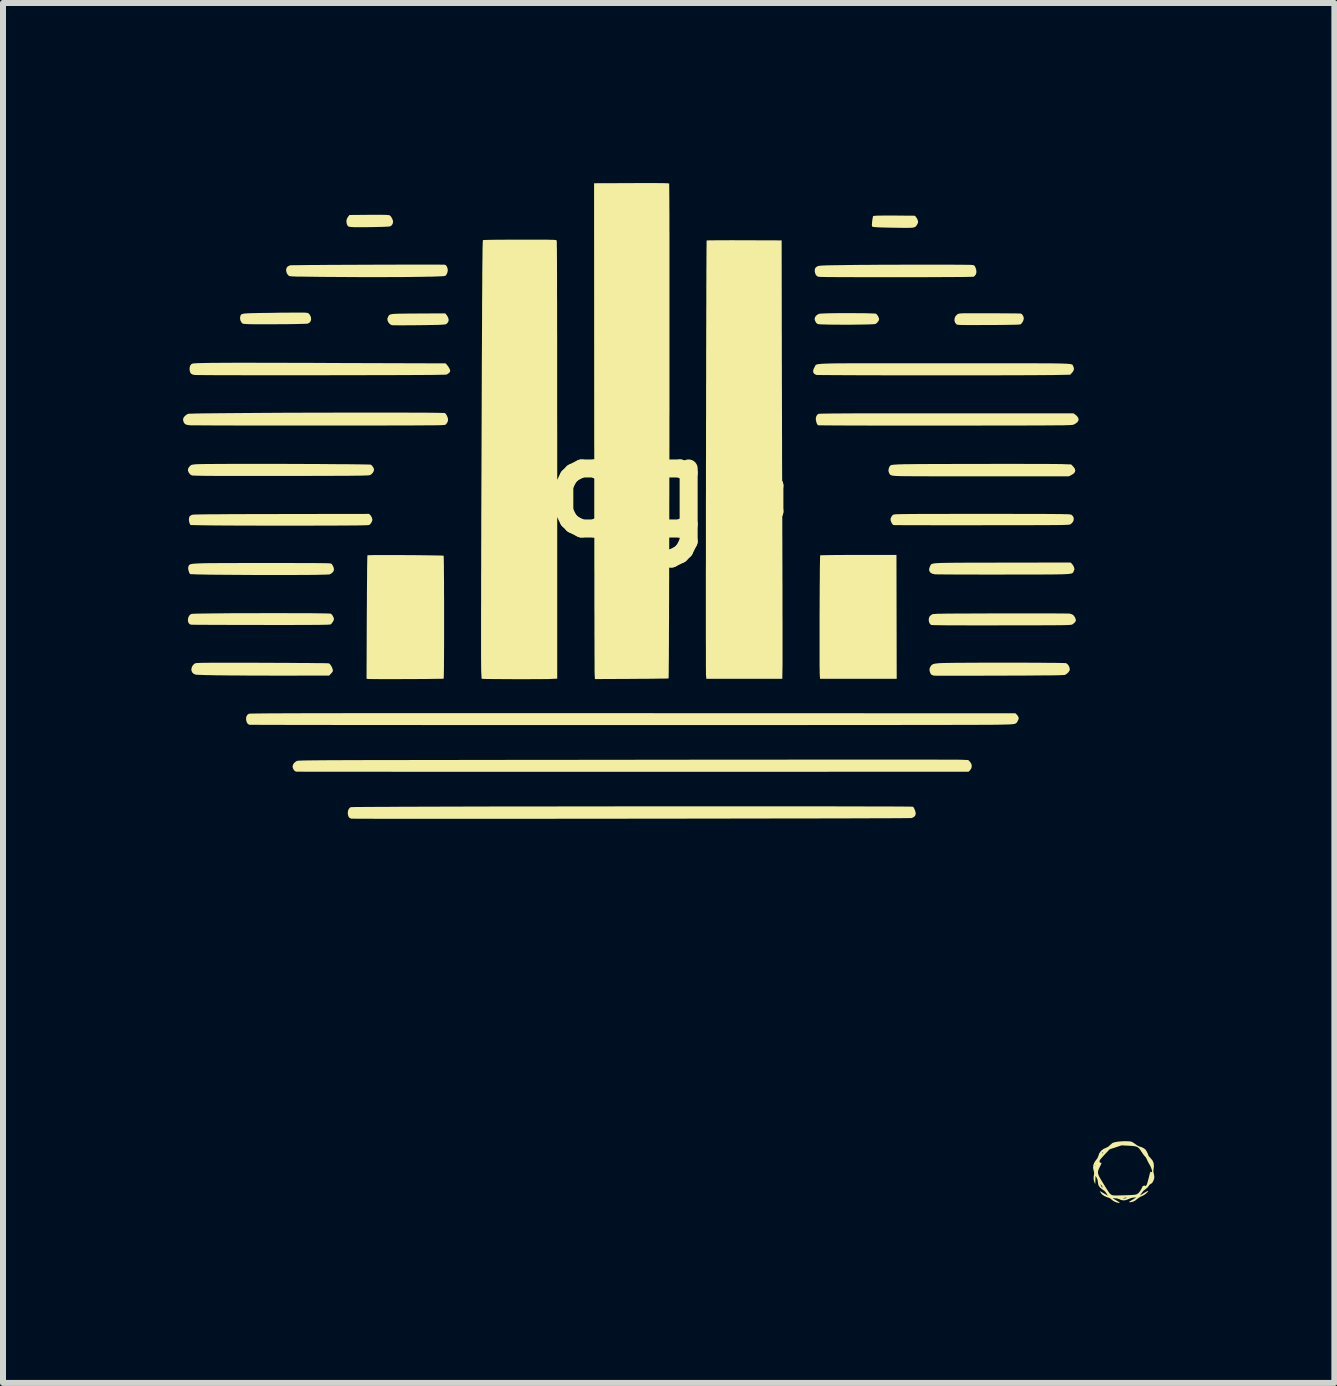
<source format=kicad_pcb>
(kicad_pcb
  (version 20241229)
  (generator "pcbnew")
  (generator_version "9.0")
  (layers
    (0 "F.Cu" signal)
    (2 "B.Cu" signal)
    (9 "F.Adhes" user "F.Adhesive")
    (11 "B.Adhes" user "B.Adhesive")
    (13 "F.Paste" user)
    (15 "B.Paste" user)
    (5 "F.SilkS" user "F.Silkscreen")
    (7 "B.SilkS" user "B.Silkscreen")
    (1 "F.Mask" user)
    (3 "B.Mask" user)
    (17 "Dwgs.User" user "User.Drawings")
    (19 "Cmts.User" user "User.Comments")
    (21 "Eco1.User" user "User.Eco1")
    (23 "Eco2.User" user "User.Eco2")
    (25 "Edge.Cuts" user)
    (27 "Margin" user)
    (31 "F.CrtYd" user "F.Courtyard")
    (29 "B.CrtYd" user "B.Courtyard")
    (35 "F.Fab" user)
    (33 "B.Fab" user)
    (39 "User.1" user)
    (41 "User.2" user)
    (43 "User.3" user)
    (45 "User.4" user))
  (footprint "Logo"
    (layer "F.Cu")
    (at 7.495 5.077)
    (property "Reference" "Logo" (at 0 0 0) (layer "F.SilkS") (effects (font (size 1.5 1.5) (thickness 0.3))))
    (attr board_only exclude_from_pos_files exclude_from_bom)
    (fp_poly (pts (xy -4.182 -4.548) (xy -4.137 -4.547) (xy -4.103 -4.546) (xy -4.078 -4.544) (xy -4.062 -4.542) (xy -4.053 -4.539) (xy -4.053 -4.539) (xy -4.035 -4.524) (xy -4.018 -4.498) (xy -4.004 -4.468) (xy -3.996 -4.44) (xy -3.996 -4.433) (xy -4.002 -4.399) (xy -4.02 -4.372) (xy -4.046 -4.355) (xy -4.047 -4.355) (xy -4.061 -4.353) (xy -4.09 -4.351) (xy -4.13 -4.349) (xy -4.18 -4.347) (xy -4.237 -4.346) (xy -4.299 -4.344) (xy -4.363 -4.343) (xy -4.428 -4.342) (xy -4.491 -4.342) (xy -4.55 -4.342) (xy -4.602 -4.342) (xy -4.646 -4.342) (xy -4.679 -4.344) (xy -4.694 -4.345) (xy -4.725 -4.349) (xy -4.744 -4.356) (xy -4.756 -4.37) (xy -4.766 -4.394) (xy -4.769 -4.404) (xy -4.774 -4.444) (xy -4.765 -4.484) (xy -4.742 -4.522) (xy -4.741 -4.523) (xy -4.722 -4.545) (xy -4.397 -4.548) (xy -4.311 -4.548) (xy -4.24 -4.548)) (stroke (width 0) (type solid)) (fill yes) (layer "F.SilkS"))
    (fp_poly (pts (xy 4.393 2.151) (xy 4.395 3.182) (xy 3.757 3.182) (xy 3.118 3.182) (xy 3.113 3.115) (xy 3.112 3.096) (xy 3.112 3.064) (xy 3.111 3.018) (xy 3.11 2.96) (xy 3.11 2.891) (xy 3.11 2.813) (xy 3.11 2.727) (xy 3.11 2.634) (xy 3.11 2.534) (xy 3.11 2.431) (xy 3.11 2.324) (xy 3.11 2.214) (xy 3.11 2.104) (xy 3.111 1.994) (xy 3.111 1.885) (xy 3.112 1.779) (xy 3.112 1.676) (xy 3.113 1.579) (xy 3.114 1.488) (xy 3.114 1.404) (xy 3.115 1.329) (xy 3.116 1.264) (xy 3.117 1.21) (xy 3.118 1.169) (xy 3.119 1.14) (xy 3.119 1.127) (xy 3.12 1.126) (xy 3.129 1.125) (xy 3.153 1.124) (xy 3.191 1.123) (xy 3.241 1.122) (xy 3.303 1.121) (xy 3.374 1.12) (xy 3.454 1.12) (xy 3.542 1.119) (xy 3.636 1.119) (xy 3.735 1.119) (xy 3.759 1.119) (xy 4.391 1.119)) (stroke (width 0) (type solid)) (fill yes) (layer "F.SilkS"))
    (fp_poly (pts (xy 4.361 -4.536) (xy 4.43 -4.535) (xy 4.697 -4.533) (xy 4.715 -4.513) (xy 4.73 -4.492) (xy 4.743 -4.465) (xy 4.745 -4.459) (xy 4.751 -4.438) (xy 4.751 -4.421) (xy 4.744 -4.403) (xy 4.737 -4.389) (xy 4.727 -4.372) (xy 4.717 -4.358) (xy 4.705 -4.348) (xy 4.688 -4.34) (xy 4.665 -4.335) (xy 4.634 -4.332) (xy 4.593 -4.331) (xy 4.539 -4.331) (xy 4.479 -4.331) (xy 4.413 -4.332) (xy 4.342 -4.333) (xy 4.271 -4.334) (xy 4.205 -4.336) (xy 4.149 -4.337) (xy 4.141 -4.337) (xy 4.079 -4.34) (xy 4.032 -4.343) (xy 4.002 -4.347) (xy 3.988 -4.351) (xy 3.987 -4.352) (xy 3.983 -4.361) (xy 3.981 -4.378) (xy 3.983 -4.406) (xy 3.986 -4.44) (xy 3.991 -4.475) (xy 3.996 -4.503) (xy 4 -4.521) (xy 4.002 -4.526) (xy 4.009 -4.529) (xy 4.025 -4.531) (xy 4.051 -4.533) (xy 4.088 -4.535) (xy 4.136 -4.535) (xy 4.197 -4.536) (xy 4.271 -4.536)) (stroke (width 0) (type solid)) (fill yes) (layer "F.SilkS"))
    (fp_poly (pts (xy -3.106 -2.881) (xy -3.089 -2.856) (xy -3.076 -2.827) (xy -3.075 -2.823) (xy -3.07 -2.799) (xy -3.072 -2.779) (xy -3.079 -2.763) (xy -3.094 -2.741) (xy -3.113 -2.726) (xy -3.115 -2.725) (xy -3.13 -2.722) (xy -3.16 -2.719) (xy -3.2 -2.716) (xy -3.248 -2.714) (xy -3.296 -2.713) (xy -3.382 -2.712) (xy -3.468 -2.71) (xy -3.554 -2.709) (xy -3.637 -2.708) (xy -3.716 -2.708) (xy -3.789 -2.707) (xy -3.855 -2.707) (xy -3.912 -2.707) (xy -3.958 -2.708) (xy -3.993 -2.708) (xy -4.013 -2.709) (xy -4.018 -2.71) (xy -4.047 -2.725) (xy -4.071 -2.751) (xy -4.086 -2.782) (xy -4.091 -2.806) (xy -4.089 -2.825) (xy -4.08 -2.846) (xy -4.075 -2.857) (xy -4.069 -2.867) (xy -4.062 -2.875) (xy -4.053 -2.882) (xy -4.04 -2.888) (xy -4.022 -2.892) (xy -3.997 -2.896) (xy -3.965 -2.898) (xy -3.924 -2.9) (xy -3.873 -2.901) (xy -3.81 -2.902) (xy -3.734 -2.903) (xy -3.644 -2.903) (xy -3.572 -2.904) (xy -3.127 -2.906)) (stroke (width 0) (type solid)) (fill yes) (layer "F.SilkS"))
    (fp_poly (pts (xy 3.676 -2.91) (xy 3.75 -2.909) (xy 3.82 -2.909) (xy 3.884 -2.908) (xy 3.941 -2.906) (xy 3.987 -2.905) (xy 4.023 -2.903) (xy 4.045 -2.901) (xy 4.051 -2.899) (xy 4.067 -2.884) (xy 4.083 -2.86) (xy 4.096 -2.833) (xy 4.102 -2.811) (xy 4.102 -2.81) (xy 4.095 -2.786) (xy 4.078 -2.76) (xy 4.056 -2.739) (xy 4.041 -2.73) (xy 4.027 -2.727) (xy 3.998 -2.725) (xy 3.957 -2.723) (xy 3.905 -2.721) (xy 3.844 -2.72) (xy 3.777 -2.719) (xy 3.704 -2.718) (xy 3.627 -2.717) (xy 3.549 -2.717) (xy 3.472 -2.717) (xy 3.396 -2.718) (xy 3.324 -2.718) (xy 3.258 -2.719) (xy 3.199 -2.721) (xy 3.15 -2.722) (xy 3.111 -2.724) (xy 3.086 -2.727) (xy 3.076 -2.729) (xy 3.056 -2.746) (xy 3.039 -2.773) (xy 3.029 -2.802) (xy 3.028 -2.817) (xy 3.035 -2.844) (xy 3.054 -2.869) (xy 3.082 -2.89) (xy 3.103 -2.899) (xy 3.119 -2.901) (xy 3.15 -2.903) (xy 3.192 -2.905) (xy 3.245 -2.907) (xy 3.306 -2.908) (xy 3.374 -2.909) (xy 3.446 -2.91) (xy 3.522 -2.91) (xy 3.599 -2.91)) (stroke (width 0) (type solid)) (fill yes) (layer "F.SilkS"))
    (fp_poly (pts (xy 5.778 -2.908) (xy 5.871 -2.908) (xy 5.945 -2.908) (xy 6.034 -2.908) (xy 6.119 -2.907) (xy 6.198 -2.907) (xy 6.27 -2.906) (xy 6.332 -2.905) (xy 6.385 -2.905) (xy 6.425 -2.904) (xy 6.453 -2.903) (xy 6.465 -2.902) (xy 6.466 -2.902) (xy 6.484 -2.89) (xy 6.499 -2.868) (xy 6.51 -2.841) (xy 6.512 -2.821) (xy 6.507 -2.793) (xy 6.493 -2.763) (xy 6.474 -2.737) (xy 6.459 -2.724) (xy 6.451 -2.722) (xy 6.435 -2.72) (xy 6.409 -2.718) (xy 6.373 -2.717) (xy 6.327 -2.716) (xy 6.268 -2.715) (xy 6.196 -2.714) (xy 6.111 -2.713) (xy 6.01 -2.712) (xy 5.925 -2.712) (xy 5.82 -2.712) (xy 5.73 -2.711) (xy 5.654 -2.711) (xy 5.591 -2.711) (xy 5.539 -2.712) (xy 5.497 -2.712) (xy 5.465 -2.713) (xy 5.44 -2.714) (xy 5.421 -2.715) (xy 5.408 -2.717) (xy 5.4 -2.719) (xy 5.394 -2.722) (xy 5.39 -2.724) (xy 5.367 -2.752) (xy 5.357 -2.785) (xy 5.359 -2.821) (xy 5.372 -2.855) (xy 5.397 -2.883) (xy 5.414 -2.895) (xy 5.42 -2.898) (xy 5.428 -2.9) (xy 5.439 -2.903) (xy 5.454 -2.904) (xy 5.474 -2.906) (xy 5.501 -2.907) (xy 5.535 -2.908) (xy 5.579 -2.908) (xy 5.633 -2.908) (xy 5.699 -2.908)) (stroke (width 0) (type solid)) (fill yes) (layer "F.SilkS"))
    (fp_poly (pts (xy -5.538 -2.919) (xy -5.494 -2.919) (xy -5.463 -2.918) (xy -5.447 -2.917) (xy -5.446 -2.917) (xy -5.42 -2.913) (xy -5.403 -2.905) (xy -5.389 -2.89) (xy -5.382 -2.88) (xy -5.365 -2.844) (xy -5.361 -2.808) (xy -5.369 -2.776) (xy -5.388 -2.751) (xy -5.418 -2.736) (xy -5.419 -2.735) (xy -5.433 -2.734) (xy -5.462 -2.732) (xy -5.503 -2.731) (xy -5.555 -2.73) (xy -5.616 -2.728) (xy -5.684 -2.727) (xy -5.758 -2.726) (xy -5.836 -2.725) (xy -5.916 -2.725) (xy -5.995 -2.724) (xy -6.073 -2.724) (xy -6.148 -2.724) (xy -6.217 -2.724) (xy -6.28 -2.724) (xy -6.333 -2.725) (xy -6.376 -2.726) (xy -6.391 -2.726) (xy -6.436 -2.728) (xy -6.468 -2.73) (xy -6.489 -2.732) (xy -6.502 -2.736) (xy -6.511 -2.742) (xy -6.518 -2.749) (xy -6.519 -2.751) (xy -6.54 -2.788) (xy -6.546 -2.829) (xy -6.542 -2.853) (xy -6.539 -2.864) (xy -6.536 -2.873) (xy -6.532 -2.881) (xy -6.525 -2.888) (xy -6.515 -2.893) (xy -6.499 -2.898) (xy -6.478 -2.902) (xy -6.449 -2.905) (xy -6.412 -2.907) (xy -6.366 -2.909) (xy -6.308 -2.91) (xy -6.239 -2.912) (xy -6.157 -2.913) (xy -6.06 -2.914) (xy -5.991 -2.915) (xy -5.901 -2.917) (xy -5.814 -2.918) (xy -5.733 -2.918) (xy -5.659 -2.919) (xy -5.594 -2.919)) (stroke (width 0) (type solid)) (fill yes) (layer "F.SilkS"))
    (fp_poly (pts (xy -6.688 2.915) (xy -6.569 2.915) (xy -6.435 2.915) (xy -6.286 2.915) (xy -6.169 2.916) (xy -6.037 2.916) (xy -5.909 2.917) (xy -5.787 2.917) (xy -5.671 2.918) (xy -5.562 2.919) (xy -5.462 2.919) (xy -5.37 2.92) (xy -5.289 2.921) (xy -5.219 2.921) (xy -5.161 2.922) (xy -5.116 2.923) (xy -5.084 2.924) (xy -5.068 2.925) (xy -5.066 2.925) (xy -5.049 2.937) (xy -5.031 2.96) (xy -5.015 2.989) (xy -5.004 3.018) (xy -5.001 3.029) (xy -4.999 3.047) (xy -5.002 3.062) (xy -5.014 3.078) (xy -5.028 3.094) (xy -5.061 3.129) (xy -5.784 3.13) (xy -5.902 3.13) (xy -6.023 3.13) (xy -6.146 3.129) (xy -6.268 3.129) (xy -6.387 3.129) (xy -6.501 3.128) (xy -6.607 3.127) (xy -6.704 3.127) (xy -6.79 3.126) (xy -6.862 3.125) (xy -6.881 3.125) (xy -6.959 3.124) (xy -7.032 3.122) (xy -7.1 3.121) (xy -7.16 3.119) (xy -7.21 3.117) (xy -7.25 3.116) (xy -7.276 3.114) (xy -7.286 3.113) (xy -7.319 3.099) (xy -7.344 3.074) (xy -7.356 3.042) (xy -7.357 3.029) (xy -7.35 2.991) (xy -7.332 2.957) (xy -7.306 2.932) (xy -7.288 2.923) (xy -7.28 2.922) (xy -7.268 2.92) (xy -7.249 2.919) (xy -7.224 2.918) (xy -7.191 2.917) (xy -7.15 2.916) (xy -7.1 2.916) (xy -7.04 2.915) (xy -6.97 2.915) (xy -6.888 2.915) (xy -6.795 2.915)) (stroke (width 0) (type solid)) (fill yes) (layer "F.SilkS"))
    (fp_poly (pts (xy -4.376 0.454) (xy -4.361 0.474) (xy -4.348 0.5) (xy -4.347 0.505) (xy -4.341 0.528) (xy -4.343 0.547) (xy -4.352 0.569) (xy -4.354 0.573) (xy -4.369 0.597) (xy -4.387 0.615) (xy -4.393 0.619) (xy -4.399 0.62) (xy -4.41 0.622) (xy -4.427 0.623) (xy -4.451 0.624) (xy -4.483 0.625) (xy -4.523 0.626) (xy -4.572 0.627) (xy -4.631 0.628) (xy -4.7 0.628) (xy -4.78 0.629) (xy -4.873 0.629) (xy -4.978 0.63) (xy -5.096 0.63) (xy -5.229 0.63) (xy -5.376 0.631) (xy -5.526 0.631) (xy -5.667 0.631) (xy -5.808 0.631) (xy -5.949 0.631) (xy -6.087 0.631) (xy -6.222 0.631) (xy -6.351 0.63) (xy -6.475 0.63) (xy -6.59 0.63) (xy -6.696 0.629) (xy -6.791 0.629) (xy -6.875 0.628) (xy -6.945 0.628) (xy -7 0.627) (xy -7.003 0.627) (xy -7.079 0.626) (xy -7.149 0.625) (xy -7.213 0.624) (xy -7.268 0.623) (xy -7.313 0.622) (xy -7.346 0.621) (xy -7.366 0.621) (xy -7.371 0.62) (xy -7.382 0.603) (xy -7.391 0.575) (xy -7.397 0.545) (xy -7.398 0.531) (xy -7.394 0.495) (xy -7.381 0.47) (xy -7.356 0.455) (xy -7.335 0.448) (xy -7.324 0.447) (xy -7.301 0.446) (xy -7.267 0.445) (xy -7.221 0.444) (xy -7.163 0.443) (xy -7.091 0.442) (xy -7.007 0.441) (xy -6.909 0.441) (xy -6.798 0.44) (xy -6.672 0.439) (xy -6.531 0.439) (xy -6.376 0.438) (xy -6.206 0.438) (xy -6.02 0.438) (xy -5.846 0.437) (xy -4.396 0.435)) (stroke (width 0) (type solid)) (fill yes) (layer "F.SilkS"))
    (fp_poly (pts (xy 7.317 1.27) (xy 7.335 1.295) (xy 7.349 1.324) (xy 7.35 1.328) (xy 7.356 1.352) (xy 7.353 1.37) (xy 7.344 1.389) (xy 7.341 1.397) (xy 7.338 1.404) (xy 7.334 1.41) (xy 7.33 1.416) (xy 7.324 1.421) (xy 7.315 1.425) (xy 7.303 1.429) (xy 7.287 1.432) (xy 7.265 1.435) (xy 7.238 1.437) (xy 7.204 1.439) (xy 7.163 1.441) (xy 7.113 1.442) (xy 7.055 1.443) (xy 6.986 1.444) (xy 6.907 1.444) (xy 6.817 1.445) (xy 6.714 1.445) (xy 6.598 1.445) (xy 6.468 1.445) (xy 6.323 1.445) (xy 6.173 1.446) (xy 6.04 1.446) (xy 5.91 1.446) (xy 5.786 1.446) (xy 5.668 1.445) (xy 5.556 1.445) (xy 5.452 1.445) (xy 5.358 1.445) (xy 5.273 1.444) (xy 5.199 1.444) (xy 5.137 1.443) (xy 5.088 1.443) (xy 5.053 1.442) (xy 5.032 1.442) (xy 5.028 1.441) (xy 4.986 1.431) (xy 4.955 1.412) (xy 4.938 1.385) (xy 4.935 1.352) (xy 4.947 1.315) (xy 4.949 1.31) (xy 4.954 1.302) (xy 4.957 1.294) (xy 4.96 1.287) (xy 4.964 1.281) (xy 4.969 1.276) (xy 4.977 1.271) (xy 4.988 1.267) (xy 5.003 1.263) (xy 5.022 1.26) (xy 5.047 1.257) (xy 5.078 1.255) (xy 5.116 1.253) (xy 5.162 1.252) (xy 5.216 1.251) (xy 5.281 1.25) (xy 5.355 1.249) (xy 5.44 1.249) (xy 5.538 1.248) (xy 5.647 1.248) (xy 5.771 1.248) (xy 5.908 1.248) (xy 6.061 1.247) (xy 6.155 1.247) (xy 7.293 1.245)) (stroke (width 0) (type solid)) (fill yes) (layer "F.SilkS"))
    (fp_poly (pts (xy 6.383 -0.398) (xy 6.508 -0.398) (xy 6.625 -0.397) (xy 6.733 -0.397) (xy 6.832 -0.397) (xy 6.919 -0.397) (xy 6.996 -0.396) (xy 7.059 -0.396) (xy 7.109 -0.395) (xy 7.144 -0.395) (xy 7.161 -0.394) (xy 7.302 -0.389) (xy 7.333 -0.357) (xy 7.36 -0.323) (xy 7.37 -0.292) (xy 7.365 -0.264) (xy 7.344 -0.237) (xy 7.307 -0.213) (xy 7.304 -0.212) (xy 7.264 -0.191) (xy 5.913 -0.191) (xy 5.763 -0.191) (xy 5.617 -0.191) (xy 5.475 -0.191) (xy 5.338 -0.191) (xy 5.207 -0.191) (xy 5.082 -0.191) (xy 4.966 -0.191) (xy 4.858 -0.192) (xy 4.761 -0.192) (xy 4.673 -0.192) (xy 4.598 -0.193) (xy 4.535 -0.193) (xy 4.486 -0.194) (xy 4.451 -0.194) (xy 4.435 -0.195) (xy 4.383 -0.197) (xy 4.345 -0.2) (xy 4.318 -0.204) (xy 4.299 -0.21) (xy 4.286 -0.219) (xy 4.276 -0.231) (xy 4.268 -0.245) (xy 4.257 -0.283) (xy 4.262 -0.322) (xy 4.272 -0.346) (xy 4.276 -0.352) (xy 4.279 -0.358) (xy 4.282 -0.363) (xy 4.285 -0.367) (xy 4.291 -0.372) (xy 4.298 -0.375) (xy 4.309 -0.379) (xy 4.323 -0.382) (xy 4.342 -0.384) (xy 4.366 -0.386) (xy 4.396 -0.388) (xy 4.433 -0.39) (xy 4.477 -0.391) (xy 4.529 -0.393) (xy 4.59 -0.393) (xy 4.661 -0.394) (xy 4.742 -0.395) (xy 4.834 -0.395) (xy 4.938 -0.396) (xy 5.055 -0.396) (xy 5.185 -0.396) (xy 5.328 -0.397) (xy 5.487 -0.397) (xy 5.661 -0.397) (xy 5.677 -0.397) (xy 5.826 -0.397) (xy 5.972 -0.398) (xy 6.114 -0.398) (xy 6.251 -0.398)) (stroke (width 0) (type solid)) (fill yes) (layer "F.SilkS"))
    (fp_poly (pts (xy -5.868 2.088) (xy -5.754 2.089) (xy -5.645 2.089) (xy -5.541 2.089) (xy -5.443 2.09) (xy -5.353 2.09) (xy -5.272 2.091) (xy -5.2 2.092) (xy -5.14 2.093) (xy -5.092 2.094) (xy -5.057 2.096) (xy -5.037 2.097) (xy -5.032 2.098) (xy -5.015 2.113) (xy -4.999 2.137) (xy -4.986 2.164) (xy -4.981 2.186) (xy -4.981 2.187) (xy -4.986 2.208) (xy -5 2.234) (xy -5.018 2.259) (xy -5.035 2.275) (xy -5.038 2.276) (xy -5.044 2.278) (xy -5.056 2.279) (xy -5.076 2.28) (xy -5.103 2.282) (xy -5.138 2.282) (xy -5.183 2.283) (xy -5.237 2.284) (xy -5.302 2.284) (xy -5.378 2.285) (xy -5.466 2.285) (xy -5.566 2.285) (xy -5.68 2.286) (xy -5.807 2.286) (xy -5.949 2.286) (xy -6.106 2.286) (xy -6.197 2.285) (xy -6.333 2.285) (xy -6.464 2.285) (xy -6.59 2.285) (xy -6.709 2.285) (xy -6.822 2.284) (xy -6.927 2.284) (xy -7.023 2.284) (xy -7.108 2.283) (xy -7.183 2.283) (xy -7.246 2.283) (xy -7.297 2.282) (xy -7.333 2.282) (xy -7.355 2.281) (xy -7.362 2.281) (xy -7.387 2.271) (xy -7.404 2.25) (xy -7.413 2.222) (xy -7.414 2.191) (xy -7.407 2.16) (xy -7.393 2.131) (xy -7.372 2.11) (xy -7.355 2.102) (xy -7.342 2.1) (xy -7.314 2.099) (xy -7.273 2.097) (xy -7.218 2.096) (xy -7.152 2.095) (xy -7.076 2.094) (xy -6.99 2.093) (xy -6.896 2.092) (xy -6.795 2.091) (xy -6.688 2.09) (xy -6.576 2.09) (xy -6.461 2.089) (xy -6.343 2.089) (xy -6.224 2.089) (xy -6.104 2.088) (xy -5.985 2.088)) (stroke (width 0) (type solid)) (fill yes) (layer "F.SilkS"))
    (fp_poly (pts (xy -3.424 -3.718) (xy -3.345 -3.718) (xy -3.277 -3.718) (xy -3.22 -3.718) (xy -3.176 -3.717) (xy -3.147 -3.717) (xy -3.132 -3.716) (xy -3.13 -3.716) (xy -3.113 -3.705) (xy -3.098 -3.682) (xy -3.088 -3.653) (xy -3.084 -3.626) (xy -3.089 -3.594) (xy -3.101 -3.562) (xy -3.117 -3.539) (xy -3.127 -3.531) (xy -3.141 -3.528) (xy -3.169 -3.525) (xy -3.213 -3.523) (xy -3.27 -3.521) (xy -3.34 -3.518) (xy -3.422 -3.517) (xy -3.515 -3.515) (xy -3.619 -3.514) (xy -3.732 -3.512) (xy -3.853 -3.511) (xy -3.983 -3.511) (xy -4.119 -3.51) (xy -4.262 -3.51) (xy -4.41 -3.51) (xy -4.562 -3.51) (xy -4.718 -3.511) (xy -4.876 -3.512) (xy -5.037 -3.513) (xy -5.198 -3.514) (xy -5.332 -3.516) (xy -5.421 -3.517) (xy -5.496 -3.518) (xy -5.557 -3.518) (xy -5.607 -3.519) (xy -5.645 -3.521) (xy -5.675 -3.522) (xy -5.697 -3.524) (xy -5.712 -3.525) (xy -5.723 -3.528) (xy -5.73 -3.531) (xy -5.735 -3.534) (xy -5.738 -3.536) (xy -5.765 -3.571) (xy -5.777 -3.613) (xy -5.778 -3.63) (xy -5.771 -3.663) (xy -5.75 -3.689) (xy -5.718 -3.704) (xy -5.707 -3.707) (xy -5.695 -3.707) (xy -5.669 -3.708) (xy -5.628 -3.709) (xy -5.574 -3.709) (xy -5.508 -3.71) (xy -5.432 -3.711) (xy -5.346 -3.712) (xy -5.251 -3.712) (xy -5.148 -3.713) (xy -5.039 -3.714) (xy -4.924 -3.714) (xy -4.805 -3.715) (xy -4.683 -3.715) (xy -4.558 -3.716) (xy -4.433 -3.716) (xy -4.307 -3.717) (xy -4.182 -3.717) (xy -4.059 -3.717) (xy -3.939 -3.718) (xy -3.823 -3.718) (xy -3.713 -3.718) (xy -3.609 -3.718) (xy -3.512 -3.718)) (stroke (width 0) (type solid)) (fill yes) (layer "F.SilkS"))
    (fp_poly (pts (xy 6.226 2.914) (xy 6.339 2.914) (xy 6.451 2.914) (xy 6.559 2.914) (xy 6.664 2.915) (xy 6.763 2.915) (xy 6.855 2.916) (xy 6.94 2.917) (xy 7.016 2.917) (xy 7.081 2.918) (xy 7.135 2.919) (xy 7.177 2.92) (xy 7.204 2.921) (xy 7.217 2.922) (xy 7.217 2.922) (xy 7.239 2.937) (xy 7.259 2.962) (xy 7.273 2.992) (xy 7.279 3.022) (xy 7.276 3.043) (xy 7.256 3.074) (xy 7.226 3.102) (xy 7.198 3.117) (xy 7.19 3.119) (xy 7.172 3.12) (xy 7.144 3.121) (xy 7.106 3.123) (xy 7.056 3.124) (xy 6.995 3.125) (xy 6.922 3.126) (xy 6.836 3.126) (xy 6.737 3.127) (xy 6.624 3.128) (xy 6.497 3.129) (xy 6.355 3.129) (xy 6.197 3.13) (xy 6.1 3.13) (xy 5.969 3.13) (xy 5.842 3.131) (xy 5.721 3.131) (xy 5.606 3.131) (xy 5.499 3.131) (xy 5.4 3.131) (xy 5.31 3.131) (xy 5.23 3.131) (xy 5.162 3.131) (xy 5.105 3.131) (xy 5.062 3.131) (xy 5.033 3.13) (xy 5.019 3.13) (xy 5.017 3.13) (xy 5.004 3.126) (xy 4.988 3.122) (xy 4.97 3.112) (xy 4.956 3.091) (xy 4.953 3.084) (xy 4.942 3.045) (xy 4.943 3.011) (xy 4.956 2.981) (xy 4.969 2.962) (xy 4.984 2.948) (xy 5.002 2.938) (xy 5.028 2.931) (xy 5.063 2.926) (xy 5.111 2.922) (xy 5.129 2.921) (xy 5.158 2.92) (xy 5.199 2.919) (xy 5.254 2.918) (xy 5.32 2.917) (xy 5.396 2.916) (xy 5.481 2.916) (xy 5.573 2.915) (xy 5.673 2.915) (xy 5.777 2.914) (xy 5.886 2.914) (xy 5.998 2.914) (xy 6.112 2.914)) (stroke (width 0) (type solid)) (fill yes) (layer "F.SilkS"))
    (fp_poly (pts (xy -5.98 1.253) (xy -5.839 1.253) (xy -5.713 1.253) (xy -5.6 1.254) (xy -5.501 1.254) (xy -5.413 1.254) (xy -5.337 1.254) (xy -5.272 1.255) (xy -5.216 1.255) (xy -5.17 1.256) (xy -5.131 1.256) (xy -5.1 1.257) (xy -5.075 1.258) (xy -5.056 1.259) (xy -5.042 1.261) (xy -5.033 1.262) (xy -5.026 1.264) (xy -5.022 1.266) (xy -5.02 1.268) (xy -4.998 1.3) (xy -4.984 1.336) (xy -4.981 1.361) (xy -4.988 1.39) (xy -5.01 1.417) (xy -5.042 1.438) (xy -5.05 1.442) (xy -5.062 1.444) (xy -5.09 1.445) (xy -5.133 1.447) (xy -5.189 1.448) (xy -5.257 1.45) (xy -5.337 1.451) (xy -5.428 1.452) (xy -5.528 1.452) (xy -5.638 1.453) (xy -5.755 1.453) (xy -5.879 1.453) (xy -6.009 1.453) (xy -6.145 1.453) (xy -6.285 1.453) (xy -6.427 1.452) (xy -6.573 1.451) (xy -6.719 1.45) (xy -6.867 1.449) (xy -6.875 1.449) (xy -6.985 1.448) (xy -7.082 1.447) (xy -7.167 1.445) (xy -7.239 1.444) (xy -7.296 1.442) (xy -7.339 1.44) (xy -7.367 1.439) (xy -7.38 1.437) (xy -7.38 1.436) (xy -7.387 1.424) (xy -7.396 1.403) (xy -7.401 1.389) (xy -7.41 1.35) (xy -7.408 1.316) (xy -7.396 1.29) (xy -7.387 1.282) (xy -7.38 1.278) (xy -7.371 1.274) (xy -7.36 1.271) (xy -7.345 1.268) (xy -7.326 1.266) (xy -7.303 1.264) (xy -7.273 1.262) (xy -7.237 1.26) (xy -7.194 1.259) (xy -7.143 1.257) (xy -7.083 1.256) (xy -7.013 1.255) (xy -6.932 1.255) (xy -6.84 1.254) (xy -6.737 1.254) (xy -6.62 1.254) (xy -6.49 1.253) (xy -6.345 1.253) (xy -6.185 1.253) (xy -6.137 1.253)) (stroke (width 0) (type solid)) (fill yes) (layer "F.SilkS"))
    (fp_poly (pts (xy -6.284 -2.083) (xy -6.133 -2.082) (xy -5.968 -2.082) (xy -5.789 -2.082) (xy -5.596 -2.081) (xy -5.388 -2.081) (xy -5.165 -2.08) (xy -5.034 -2.079) (xy -3.122 -2.073) (xy -3.098 -2.048) (xy -3.078 -2.022) (xy -3.06 -1.992) (xy -3.047 -1.965) (xy -3.044 -1.947) (xy -3.051 -1.928) (xy -3.07 -1.908) (xy -3.096 -1.891) (xy -3.105 -1.887) (xy -3.111 -1.886) (xy -3.124 -1.885) (xy -3.145 -1.884) (xy -3.173 -1.883) (xy -3.21 -1.883) (xy -3.256 -1.882) (xy -3.312 -1.881) (xy -3.377 -1.88) (xy -3.452 -1.88) (xy -3.539 -1.879) (xy -3.637 -1.879) (xy -3.746 -1.878) (xy -3.868 -1.878) (xy -4.003 -1.877) (xy -4.15 -1.877) (xy -4.312 -1.877) (xy -4.488 -1.876) (xy -4.678 -1.876) (xy -4.884 -1.876) (xy -5.105 -1.875) (xy -5.184 -1.875) (xy -5.367 -1.875) (xy -5.545 -1.875) (xy -5.719 -1.875) (xy -5.888 -1.875) (xy -6.05 -1.875) (xy -6.206 -1.875) (xy -6.355 -1.875) (xy -6.495 -1.875) (xy -6.626 -1.876) (xy -6.748 -1.876) (xy -6.86 -1.876) (xy -6.96 -1.876) (xy -7.049 -1.877) (xy -7.125 -1.877) (xy -7.188 -1.878) (xy -7.238 -1.878) (xy -7.272 -1.879) (xy -7.292 -1.879) (xy -7.295 -1.879) (xy -7.334 -1.886) (xy -7.359 -1.899) (xy -7.375 -1.919) (xy -7.384 -1.951) (xy -7.386 -1.962) (xy -7.386 -2.001) (xy -7.377 -2.034) (xy -7.359 -2.058) (xy -7.344 -2.067) (xy -7.337 -2.069) (xy -7.325 -2.071) (xy -7.309 -2.073) (xy -7.288 -2.074) (xy -7.26 -2.076) (xy -7.227 -2.077) (xy -7.186 -2.078) (xy -7.138 -2.079) (xy -7.082 -2.08) (xy -7.018 -2.081) (xy -6.944 -2.081) (xy -6.861 -2.082) (xy -6.768 -2.082) (xy -6.664 -2.083) (xy -6.55 -2.083) (xy -6.423 -2.083)) (stroke (width 0) (type solid)) (fill yes) (layer "F.SilkS"))
    (fp_poly (pts (xy 5.048 -3.717) (xy 5.153 -3.717) (xy 5.25 -3.717) (xy 5.34 -3.717) (xy 5.421 -3.716) (xy 5.491 -3.716) (xy 5.55 -3.715) (xy 5.596 -3.715) (xy 5.629 -3.714) (xy 5.646 -3.713) (xy 5.671 -3.71) (xy 5.686 -3.704) (xy 5.697 -3.691) (xy 5.707 -3.672) (xy 5.721 -3.628) (xy 5.723 -3.588) (xy 5.713 -3.553) (xy 5.691 -3.526) (xy 5.674 -3.516) (xy 5.664 -3.515) (xy 5.639 -3.515) (xy 5.6 -3.514) (xy 5.547 -3.513) (xy 5.483 -3.512) (xy 5.408 -3.512) (xy 5.322 -3.511) (xy 5.228 -3.511) (xy 5.127 -3.51) (xy 5.018 -3.51) (xy 4.904 -3.509) (xy 4.786 -3.509) (xy 4.664 -3.509) (xy 4.539 -3.509) (xy 4.414 -3.509) (xy 4.288 -3.508) (xy 4.163 -3.509) (xy 4.039 -3.509) (xy 3.919 -3.509) (xy 3.803 -3.509) (xy 3.691 -3.509) (xy 3.586 -3.51) (xy 3.489 -3.51) (xy 3.399 -3.51) (xy 3.319 -3.511) (xy 3.249 -3.511) (xy 3.191 -3.512) (xy 3.145 -3.513) (xy 3.113 -3.514) (xy 3.096 -3.515) (xy 3.093 -3.515) (xy 3.064 -3.528) (xy 3.043 -3.555) (xy 3.031 -3.595) (xy 3.03 -3.6) (xy 3.03 -3.637) (xy 3.04 -3.664) (xy 3.063 -3.684) (xy 3.08 -3.692) (xy 3.088 -3.695) (xy 3.098 -3.697) (xy 3.112 -3.699) (xy 3.131 -3.701) (xy 3.156 -3.703) (xy 3.188 -3.704) (xy 3.228 -3.706) (xy 3.279 -3.707) (xy 3.34 -3.708) (xy 3.414 -3.709) (xy 3.501 -3.71) (xy 3.602 -3.712) (xy 3.638 -3.712) (xy 3.719 -3.713) (xy 3.808 -3.714) (xy 3.906 -3.714) (xy 4.01 -3.715) (xy 4.12 -3.716) (xy 4.234 -3.716) (xy 4.351 -3.716) (xy 4.47 -3.717) (xy 4.589 -3.717) (xy 4.708 -3.717) (xy 4.825 -3.717) (xy 4.939 -3.717)) (stroke (width 0) (type solid)) (fill yes) (layer "F.SilkS"))
    (fp_poly (pts (xy 7.371 -1.219) (xy 7.399 -1.195) (xy 7.418 -1.167) (xy 7.426 -1.14) (xy 7.423 -1.122) (xy 7.404 -1.092) (xy 7.371 -1.067) (xy 7.341 -1.052) (xy 7.336 -1.051) (xy 7.331 -1.049) (xy 7.323 -1.048) (xy 7.314 -1.047) (xy 7.301 -1.046) (xy 7.284 -1.045) (xy 7.264 -1.044) (xy 7.238 -1.043) (xy 7.208 -1.042) (xy 7.171 -1.041) (xy 7.127 -1.041) (xy 7.077 -1.04) (xy 7.019 -1.04) (xy 6.952 -1.039) (xy 6.877 -1.039) (xy 6.792 -1.038) (xy 6.697 -1.038) (xy 6.591 -1.038) (xy 6.473 -1.037) (xy 6.344 -1.037) (xy 6.203 -1.037) (xy 6.048 -1.037) (xy 5.88 -1.037) (xy 5.697 -1.036) (xy 5.5 -1.036) (xy 5.287 -1.036) (xy 5.205 -1.036) (xy 5.012 -1.036) (xy 4.825 -1.036) (xy 4.644 -1.036) (xy 4.47 -1.036) (xy 4.303 -1.036) (xy 4.145 -1.036) (xy 3.994 -1.036) (xy 3.853 -1.037) (xy 3.722 -1.037) (xy 3.602 -1.037) (xy 3.492 -1.038) (xy 3.394 -1.038) (xy 3.309 -1.039) (xy 3.236 -1.039) (xy 3.177 -1.04) (xy 3.133 -1.04) (xy 3.103 -1.041) (xy 3.089 -1.041) (xy 3.087 -1.042) (xy 3.072 -1.055) (xy 3.059 -1.083) (xy 3.049 -1.127) (xy 3.048 -1.132) (xy 3.048 -1.166) (xy 3.058 -1.198) (xy 3.077 -1.222) (xy 3.09 -1.231) (xy 3.096 -1.232) (xy 3.108 -1.233) (xy 3.126 -1.234) (xy 3.152 -1.235) (xy 3.186 -1.236) (xy 3.228 -1.236) (xy 3.278 -1.237) (xy 3.338 -1.238) (xy 3.408 -1.238) (xy 3.488 -1.239) (xy 3.578 -1.239) (xy 3.68 -1.24) (xy 3.794 -1.24) (xy 3.92 -1.24) (xy 4.059 -1.24) (xy 4.21 -1.241) (xy 4.376 -1.241) (xy 4.556 -1.241) (xy 4.75 -1.241) (xy 4.96 -1.241) (xy 5.185 -1.241) (xy 5.225 -1.241) (xy 7.338 -1.241)) (stroke (width 0) (type solid)) (fill yes) (layer "F.SilkS"))
    (fp_poly (pts (xy 6.74 2.093) (xy 6.845 2.093) (xy 6.94 2.093) (xy 7.025 2.093) (xy 7.1 2.094) (xy 7.163 2.094) (xy 7.213 2.095) (xy 7.249 2.095) (xy 7.27 2.096) (xy 7.275 2.096) (xy 7.317 2.108) (xy 7.348 2.132) (xy 7.37 2.169) (xy 7.375 2.182) (xy 7.38 2.205) (xy 7.378 2.22) (xy 7.368 2.236) (xy 7.349 2.256) (xy 7.326 2.273) (xy 7.324 2.275) (xy 7.32 2.277) (xy 7.315 2.279) (xy 7.309 2.281) (xy 7.3 2.282) (xy 7.289 2.284) (xy 7.273 2.285) (xy 7.253 2.286) (xy 7.228 2.287) (xy 7.196 2.288) (xy 7.156 2.289) (xy 7.109 2.29) (xy 7.054 2.29) (xy 6.988 2.291) (xy 6.913 2.291) (xy 6.826 2.291) (xy 6.727 2.292) (xy 6.616 2.292) (xy 6.49 2.292) (xy 6.351 2.292) (xy 6.196 2.292) (xy 6.145 2.292) (xy 5.969 2.293) (xy 5.807 2.293) (xy 5.658 2.293) (xy 5.523 2.292) (xy 5.402 2.292) (xy 5.296 2.292) (xy 5.204 2.291) (xy 5.127 2.29) (xy 5.065 2.289) (xy 5.018 2.288) (xy 4.987 2.287) (xy 4.972 2.286) (xy 4.971 2.286) (xy 4.951 2.27) (xy 4.936 2.244) (xy 4.929 2.212) (xy 4.93 2.179) (xy 4.94 2.149) (xy 4.942 2.146) (xy 4.96 2.127) (xy 4.982 2.111) (xy 4.983 2.11) (xy 4.987 2.108) (xy 4.993 2.106) (xy 5.001 2.105) (xy 5.013 2.103) (xy 5.028 2.102) (xy 5.049 2.101) (xy 5.075 2.099) (xy 5.107 2.099) (xy 5.147 2.098) (xy 5.194 2.097) (xy 5.251 2.096) (xy 5.317 2.096) (xy 5.394 2.095) (xy 5.483 2.095) (xy 5.583 2.095) (xy 5.697 2.094) (xy 5.824 2.094) (xy 5.966 2.093) (xy 6.12 2.093) (xy 6.254 2.093) (xy 6.384 2.093) (xy 6.509 2.093) (xy 6.628 2.093)) (stroke (width 0) (type solid)) (fill yes) (layer "F.SilkS"))
    (fp_poly (pts (xy -4.022 1.121) (xy -3.937 1.121) (xy -3.85 1.121) (xy -3.762 1.122) (xy -3.674 1.122) (xy -3.588 1.123) (xy -3.506 1.124) (xy -3.429 1.125) (xy -3.358 1.126) (xy -3.295 1.127) (xy -3.242 1.128) (xy -3.2 1.129) (xy -3.171 1.13) (xy -3.155 1.132) (xy -3.154 1.132) (xy -3.153 1.141) (xy -3.152 1.165) (xy -3.151 1.203) (xy -3.15 1.254) (xy -3.149 1.316) (xy -3.149 1.389) (xy -3.148 1.47) (xy -3.147 1.56) (xy -3.147 1.656) (xy -3.147 1.758) (xy -3.146 1.864) (xy -3.146 1.973) (xy -3.146 2.084) (xy -3.146 2.196) (xy -3.146 2.308) (xy -3.146 2.418) (xy -3.146 2.525) (xy -3.146 2.628) (xy -3.147 2.726) (xy -3.147 2.818) (xy -3.148 2.902) (xy -3.148 2.977) (xy -3.149 3.042) (xy -3.15 3.096) (xy -3.151 3.138) (xy -3.152 3.166) (xy -3.153 3.179) (xy -3.153 3.18) (xy -3.162 3.181) (xy -3.185 3.182) (xy -3.222 3.183) (xy -3.271 3.183) (xy -3.329 3.184) (xy -3.397 3.185) (xy -3.471 3.186) (xy -3.552 3.186) (xy -3.636 3.187) (xy -3.723 3.187) (xy -3.811 3.187) (xy -3.899 3.188) (xy -3.984 3.188) (xy -4.067 3.188) (xy -4.144 3.188) (xy -4.214 3.188) (xy -4.277 3.187) (xy -4.33 3.187) (xy -4.372 3.186) (xy -4.402 3.186) (xy -4.417 3.185) (xy -4.418 3.185) (xy -4.438 3.181) (xy -4.434 2.156) (xy -4.433 2.028) (xy -4.432 1.905) (xy -4.432 1.787) (xy -4.431 1.675) (xy -4.43 1.571) (xy -4.429 1.476) (xy -4.429 1.39) (xy -4.428 1.314) (xy -4.427 1.249) (xy -4.426 1.197) (xy -4.425 1.159) (xy -4.424 1.134) (xy -4.424 1.125) (xy -4.424 1.125) (xy -4.414 1.124) (xy -4.39 1.123) (xy -4.353 1.122) (xy -4.304 1.121) (xy -4.245 1.121) (xy -4.177 1.121) (xy -4.103 1.121)) (stroke (width 0) (type solid)) (fill yes) (layer "F.SilkS"))
    (fp_poly (pts (xy -6.162 -0.398) (xy -6.03 -0.398) (xy -5.897 -0.398) (xy -5.763 -0.398) (xy -5.629 -0.397) (xy -5.497 -0.397) (xy -5.368 -0.396) (xy -5.242 -0.396) (xy -5.12 -0.395) (xy -5.004 -0.394) (xy -4.894 -0.393) (xy -4.792 -0.393) (xy -4.698 -0.392) (xy -4.614 -0.391) (xy -4.541 -0.39) (xy -4.478 -0.389) (xy -4.429 -0.388) (xy -4.393 -0.387) (xy -4.371 -0.386) (xy -4.365 -0.385) (xy -4.346 -0.368) (xy -4.328 -0.343) (xy -4.316 -0.317) (xy -4.313 -0.301) (xy -4.32 -0.274) (xy -4.337 -0.246) (xy -4.361 -0.223) (xy -4.378 -0.213) (xy -4.382 -0.211) (xy -4.389 -0.21) (xy -4.399 -0.208) (xy -4.412 -0.207) (xy -4.429 -0.206) (xy -4.451 -0.205) (xy -4.479 -0.204) (xy -4.514 -0.203) (xy -4.555 -0.202) (xy -4.604 -0.202) (xy -4.662 -0.201) (xy -4.729 -0.2) (xy -4.805 -0.2) (xy -4.893 -0.2) (xy -4.991 -0.199) (xy -5.102 -0.199) (xy -5.225 -0.199) (xy -5.362 -0.198) (xy -5.513 -0.198) (xy -5.679 -0.198) (xy -5.86 -0.198) (xy -5.864 -0.198) (xy -6.054 -0.198) (xy -6.229 -0.197) (xy -6.389 -0.197) (xy -6.534 -0.197) (xy -6.666 -0.198) (xy -6.783 -0.198) (xy -6.888 -0.198) (xy -6.981 -0.198) (xy -7.061 -0.199) (xy -7.131 -0.199) (xy -7.189 -0.2) (xy -7.238 -0.201) (xy -7.277 -0.202) (xy -7.307 -0.203) (xy -7.329 -0.204) (xy -7.343 -0.205) (xy -7.349 -0.206) (xy -7.377 -0.224) (xy -7.4 -0.252) (xy -7.413 -0.285) (xy -7.414 -0.298) (xy -7.409 -0.324) (xy -7.391 -0.35) (xy -7.387 -0.355) (xy -7.374 -0.368) (xy -7.362 -0.377) (xy -7.348 -0.383) (xy -7.326 -0.387) (xy -7.294 -0.391) (xy -7.277 -0.392) (xy -7.257 -0.393) (xy -7.222 -0.394) (xy -7.174 -0.395) (xy -7.113 -0.396) (xy -7.04 -0.396) (xy -6.957 -0.397) (xy -6.864 -0.397) (xy -6.762 -0.398) (xy -6.653 -0.398) (xy -6.538 -0.398) (xy -6.417 -0.398) (xy -6.291 -0.398)) (stroke (width 0) (type solid)) (fill yes) (layer "F.SilkS"))
    (fp_poly (pts (xy 6 0.435) (xy 6.166 0.435) (xy 6.317 0.435) (xy 6.453 0.436) (xy 6.577 0.436) (xy 6.687 0.436) (xy 6.786 0.436) (xy 6.873 0.436) (xy 6.95 0.437) (xy 7.017 0.437) (xy 7.074 0.438) (xy 7.123 0.438) (xy 7.165 0.439) (xy 7.199 0.44) (xy 7.227 0.44) (xy 7.25 0.441) (xy 7.267 0.442) (xy 7.281 0.444) (xy 7.291 0.445) (xy 7.298 0.447) (xy 7.303 0.448) (xy 7.306 0.45) (xy 7.331 0.472) (xy 7.344 0.502) (xy 7.344 0.536) (xy 7.336 0.558) (xy 7.319 0.583) (xy 7.296 0.604) (xy 7.292 0.606) (xy 7.288 0.608) (xy 7.284 0.61) (xy 7.279 0.612) (xy 7.271 0.613) (xy 7.261 0.615) (xy 7.248 0.616) (xy 7.23 0.617) (xy 7.208 0.618) (xy 7.18 0.619) (xy 7.146 0.62) (xy 7.105 0.62) (xy 7.057 0.621) (xy 7 0.621) (xy 6.933 0.622) (xy 6.857 0.622) (xy 6.771 0.622) (xy 6.673 0.623) (xy 6.563 0.623) (xy 6.441 0.623) (xy 6.305 0.623) (xy 6.155 0.623) (xy 5.99 0.623) (xy 5.811 0.624) (xy 5.658 0.624) (xy 5.51 0.624) (xy 5.366 0.624) (xy 5.229 0.624) (xy 5.098 0.624) (xy 4.975 0.624) (xy 4.86 0.623) (xy 4.754 0.623) (xy 4.659 0.623) (xy 4.574 0.623) (xy 4.502 0.623) (xy 4.441 0.622) (xy 4.394 0.622) (xy 4.362 0.622) (xy 4.344 0.621) (xy 4.341 0.621) (xy 4.326 0.61) (xy 4.31 0.586) (xy 4.296 0.551) (xy 4.293 0.54) (xy 4.293 0.515) (xy 4.304 0.487) (xy 4.321 0.462) (xy 4.335 0.45) (xy 4.338 0.448) (xy 4.342 0.447) (xy 4.349 0.445) (xy 4.358 0.444) (xy 4.37 0.443) (xy 4.386 0.441) (xy 4.407 0.44) (xy 4.434 0.44) (xy 4.467 0.439) (xy 4.506 0.438) (xy 4.553 0.438) (xy 4.609 0.437) (xy 4.673 0.437) (xy 4.747 0.436) (xy 4.832 0.436) (xy 4.927 0.436) (xy 5.035 0.436) (xy 5.155 0.436) (xy 5.288 0.435) (xy 5.435 0.435) (xy 5.597 0.435) (xy 5.775 0.435) (xy 5.819 0.435)) (stroke (width 0) (type solid)) (fill yes) (layer "F.SilkS"))
    (fp_poly (pts (xy -4.104 -1.253) (xy -3.969 -1.253) (xy -3.841 -1.253) (xy -3.721 -1.252) (xy -3.609 -1.252) (xy -3.507 -1.252) (xy -3.416 -1.251) (xy -3.336 -1.25) (xy -3.268 -1.249) (xy -3.213 -1.248) (xy -3.171 -1.247) (xy -3.144 -1.246) (xy -3.133 -1.245) (xy -3.133 -1.245) (xy -3.117 -1.23) (xy -3.101 -1.205) (xy -3.088 -1.174) (xy -3.081 -1.15) (xy -3.081 -1.119) (xy -3.093 -1.086) (xy -3.114 -1.059) (xy -3.124 -1.051) (xy -3.127 -1.05) (xy -3.132 -1.049) (xy -3.139 -1.047) (xy -3.149 -1.046) (xy -3.163 -1.045) (xy -3.18 -1.044) (xy -3.203 -1.043) (xy -3.231 -1.042) (xy -3.264 -1.042) (xy -3.305 -1.041) (xy -3.352 -1.041) (xy -3.407 -1.04) (xy -3.47 -1.04) (xy -3.542 -1.039) (xy -3.624 -1.039) (xy -3.715 -1.038) (xy -3.817 -1.038) (xy -3.931 -1.038) (xy -4.056 -1.038) (xy -4.193 -1.037) (xy -4.344 -1.037) (xy -4.508 -1.037) (xy -4.686 -1.037) (xy -4.879 -1.037) (xy -5.087 -1.037) (xy -5.229 -1.037) (xy -5.412 -1.037) (xy -5.593 -1.037) (xy -5.768 -1.037) (xy -5.938 -1.037) (xy -6.103 -1.037) (xy -6.26 -1.037) (xy -6.411 -1.037) (xy -6.553 -1.037) (xy -6.686 -1.038) (xy -6.81 -1.038) (xy -6.924 -1.038) (xy -7.027 -1.039) (xy -7.118 -1.039) (xy -7.197 -1.04) (xy -7.262 -1.04) (xy -7.314 -1.04) (xy -7.352 -1.041) (xy -7.374 -1.041) (xy -7.379 -1.042) (xy -7.419 -1.046) (xy -7.445 -1.053) (xy -7.464 -1.064) (xy -7.477 -1.08) (xy -7.484 -1.092) (xy -7.495 -1.126) (xy -7.492 -1.158) (xy -7.472 -1.188) (xy -7.464 -1.197) (xy -7.441 -1.215) (xy -7.419 -1.229) (xy -7.409 -1.232) (xy -7.395 -1.234) (xy -7.367 -1.235) (xy -7.323 -1.236) (xy -7.266 -1.238) (xy -7.197 -1.239) (xy -7.115 -1.24) (xy -7.022 -1.241) (xy -6.919 -1.242) (xy -6.807 -1.243) (xy -6.685 -1.244) (xy -6.556 -1.245) (xy -6.42 -1.246) (xy -6.278 -1.247) (xy -6.131 -1.248) (xy -5.979 -1.249) (xy -5.823 -1.25) (xy -5.664 -1.25) (xy -5.504 -1.251) (xy -5.342 -1.251) (xy -5.18 -1.252) (xy -5.018 -1.252) (xy -4.858 -1.253) (xy -4.699 -1.253) (xy -4.544 -1.253) (xy -4.392 -1.253) (xy -4.246 -1.253)) (stroke (width 0) (type solid)) (fill yes) (layer "F.SilkS"))
    (fp_poly (pts (xy 0.367 -5.077) (xy 0.431 -5.076) (xy 0.483 -5.076) (xy 0.525 -5.075) (xy 0.557 -5.074) (xy 0.579 -5.073) (xy 0.594 -5.071) (xy 0.602 -5.069) (xy 0.604 -5.068) (xy 0.604 -5.059) (xy 0.605 -5.034) (xy 0.605 -4.995) (xy 0.606 -4.94) (xy 0.606 -4.872) (xy 0.607 -4.79) (xy 0.607 -4.696) (xy 0.608 -4.59) (xy 0.608 -4.472) (xy 0.608 -4.343) (xy 0.609 -4.204) (xy 0.609 -4.055) (xy 0.609 -3.897) (xy 0.609 -3.73) (xy 0.609 -3.556) (xy 0.609 -3.374) (xy 0.609 -3.185) (xy 0.609 -2.99) (xy 0.609 -2.789) (xy 0.609 -2.584) (xy 0.609 -2.374) (xy 0.609 -2.16) (xy 0.609 -1.943) (xy 0.609 -1.723) (xy 0.609 -1.501) (xy 0.609 -1.278) (xy 0.608 -1.054) (xy 0.608 -0.829) (xy 0.608 -0.605) (xy 0.607 -0.382) (xy 0.607 -0.16) (xy 0.607 0.06) (xy 0.606 0.277) (xy 0.606 0.49) (xy 0.606 0.7) (xy 0.605 0.906) (xy 0.605 1.106) (xy 0.604 1.301) (xy 0.604 1.489) (xy 0.603 1.671) (xy 0.603 1.845) (xy 0.602 2.012) (xy 0.602 2.17) (xy 0.601 2.318) (xy 0.6 2.457) (xy 0.6 2.585) (xy 0.599 2.703) (xy 0.599 2.808) (xy 0.598 2.902) (xy 0.597 2.983) (xy 0.597 3.051) (xy 0.596 3.105) (xy 0.595 3.144) (xy 0.595 3.168) (xy 0.594 3.176) (xy 0.586 3.177) (xy 0.562 3.178) (xy 0.525 3.179) (xy 0.475 3.179) (xy 0.414 3.18) (xy 0.343 3.181) (xy 0.263 3.182) (xy 0.176 3.182) (xy 0.083 3.183) (xy -0.015 3.184) (xy -0.022 3.184) (xy -0.633 3.187) (xy -0.638 3.097) (xy -0.638 3.083) (xy -0.639 3.054) (xy -0.639 3.009) (xy -0.639 2.949) (xy -0.639 2.875) (xy -0.64 2.788) (xy -0.64 2.687) (xy -0.64 2.573) (xy -0.641 2.447) (xy -0.641 2.31) (xy -0.641 2.161) (xy -0.642 2.001) (xy -0.642 1.831) (xy -0.642 1.652) (xy -0.642 1.463) (xy -0.643 1.266) (xy -0.643 1.06) (xy -0.643 0.846) (xy -0.643 0.626) (xy -0.644 0.398) (xy -0.644 0.165) (xy -0.644 -0.075) (xy -0.644 -0.319) (xy -0.644 -0.568) (xy -0.645 -0.822) (xy -0.645 -1.034) (xy -0.647 -5.074) (xy -0.025 -5.076) (xy 0.095 -5.077) (xy 0.2 -5.077) (xy 0.29 -5.077)) (stroke (width 0) (type solid)) (fill yes) (layer "F.SilkS"))
    (fp_poly (pts (xy 1.742 -4.124) (xy 1.841 -4.124) (xy 1.856 -4.124) (xy 2.478 -4.122) (xy 2.48 -2.897) (xy 2.48 -2.777) (xy 2.48 -2.642) (xy 2.481 -2.493) (xy 2.481 -2.332) (xy 2.481 -2.159) (xy 2.482 -1.976) (xy 2.482 -1.784) (xy 2.483 -1.585) (xy 2.483 -1.379) (xy 2.484 -1.169) (xy 2.484 -0.954) (xy 2.485 -0.737) (xy 2.485 -0.518) (xy 2.486 -0.299) (xy 2.487 -0.081) (xy 2.487 0.134) (xy 2.488 0.346) (xy 2.489 0.553) (xy 2.489 0.557) (xy 2.489 0.749) (xy 2.49 0.938) (xy 2.49 1.124) (xy 2.491 1.305) (xy 2.491 1.48) (xy 2.492 1.65) (xy 2.492 1.813) (xy 2.492 1.969) (xy 2.492 2.117) (xy 2.493 2.256) (xy 2.493 2.385) (xy 2.493 2.504) (xy 2.493 2.611) (xy 2.493 2.707) (xy 2.493 2.791) (xy 2.493 2.861) (xy 2.493 2.917) (xy 2.493 2.958) (xy 2.492 2.984) (xy 2.492 2.985) (xy 2.489 3.182) (xy 1.856 3.182) (xy 1.223 3.182) (xy 1.218 3.124) (xy 1.217 3.112) (xy 1.217 3.084) (xy 1.217 3.041) (xy 1.216 2.984) (xy 1.216 2.913) (xy 1.216 2.829) (xy 1.216 2.734) (xy 1.216 2.626) (xy 1.215 2.507) (xy 1.215 2.378) (xy 1.215 2.239) (xy 1.215 2.091) (xy 1.215 1.934) (xy 1.215 1.77) (xy 1.215 1.598) (xy 1.215 1.419) (xy 1.216 1.235) (xy 1.216 1.045) (xy 1.216 0.85) (xy 1.216 0.651) (xy 1.216 0.449) (xy 1.216 0.243) (xy 1.217 0.036) (xy 1.217 -0.173) (xy 1.217 -0.383) (xy 1.218 -0.593) (xy 1.218 -0.804) (xy 1.218 -1.013) (xy 1.219 -1.22) (xy 1.219 -1.426) (xy 1.219 -1.628) (xy 1.22 -1.828) (xy 1.22 -2.023) (xy 1.22 -2.213) (xy 1.221 -2.398) (xy 1.221 -2.577) (xy 1.222 -2.75) (xy 1.222 -2.915) (xy 1.223 -3.073) (xy 1.223 -3.222) (xy 1.223 -3.361) (xy 1.224 -3.491) (xy 1.224 -3.611) (xy 1.225 -3.72) (xy 1.225 -3.817) (xy 1.226 -3.902) (xy 1.226 -3.973) (xy 1.227 -4.032) (xy 1.227 -4.076) (xy 1.228 -4.105) (xy 1.228 -4.119) (xy 1.228 -4.12) (xy 1.237 -4.121) (xy 1.261 -4.122) (xy 1.299 -4.123) (xy 1.349 -4.123) (xy 1.41 -4.124) (xy 1.481 -4.124) (xy 1.561 -4.124) (xy 1.649 -4.125)) (stroke (width 0) (type solid)) (fill yes) (layer "F.SilkS"))
    (fp_poly (pts (xy 4.438 -2.075) (xy 4.616 -2.075) (xy 4.809 -2.075) (xy 5.017 -2.075) (xy 5.189 -2.075) (xy 5.409 -2.075) (xy 5.613 -2.075) (xy 5.802 -2.075) (xy 5.977 -2.075) (xy 6.137 -2.075) (xy 6.285 -2.075) (xy 6.419 -2.075) (xy 6.541 -2.075) (xy 6.652 -2.075) (xy 6.752 -2.074) (xy 6.841 -2.074) (xy 6.92 -2.073) (xy 6.991 -2.073) (xy 7.052 -2.072) (xy 7.106 -2.071) (xy 7.151 -2.07) (xy 7.19 -2.068) (xy 7.223 -2.067) (xy 7.25 -2.065) (xy 7.272 -2.063) (xy 7.289 -2.061) (xy 7.302 -2.058) (xy 7.312 -2.055) (xy 7.319 -2.052) (xy 7.324 -2.049) (xy 7.327 -2.045) (xy 7.329 -2.041) (xy 7.331 -2.037) (xy 7.332 -2.033) (xy 7.335 -2.028) (xy 7.335 -2.027) (xy 7.348 -1.995) (xy 7.346 -1.964) (xy 7.329 -1.932) (xy 7.317 -1.918) (xy 7.285 -1.884) (xy 7.03 -1.879) (xy 6.99 -1.878) (xy 6.935 -1.878) (xy 6.868 -1.877) (xy 6.789 -1.877) (xy 6.699 -1.876) (xy 6.599 -1.876) (xy 6.489 -1.875) (xy 6.37 -1.875) (xy 6.244 -1.875) (xy 6.111 -1.874) (xy 5.972 -1.874) (xy 5.828 -1.874) (xy 5.68 -1.874) (xy 5.528 -1.874) (xy 5.374 -1.874) (xy 5.218 -1.874) (xy 5.061 -1.874) (xy 4.904 -1.874) (xy 4.748 -1.874) (xy 4.593 -1.874) (xy 4.441 -1.874) (xy 4.293 -1.874) (xy 4.149 -1.874) (xy 4.01 -1.875) (xy 3.877 -1.875) (xy 3.751 -1.875) (xy 3.633 -1.876) (xy 3.523 -1.876) (xy 3.422 -1.877) (xy 3.332 -1.877) (xy 3.253 -1.878) (xy 3.186 -1.878) (xy 3.132 -1.879) (xy 3.092 -1.879) (xy 3.066 -1.88) (xy 3.055 -1.881) (xy 3.055 -1.881) (xy 3.024 -1.896) (xy 3.006 -1.919) (xy 3.002 -1.949) (xy 3.013 -1.985) (xy 3.027 -2.011) (xy 3.031 -2.018) (xy 3.034 -2.024) (xy 3.036 -2.03) (xy 3.038 -2.035) (xy 3.041 -2.04) (xy 3.044 -2.044) (xy 3.05 -2.048) (xy 3.058 -2.052) (xy 3.069 -2.056) (xy 3.084 -2.059) (xy 3.102 -2.061) (xy 3.126 -2.064) (xy 3.154 -2.066) (xy 3.189 -2.068) (xy 3.23 -2.069) (xy 3.278 -2.071) (xy 3.333 -2.072) (xy 3.397 -2.073) (xy 3.47 -2.074) (xy 3.552 -2.074) (xy 3.644 -2.075) (xy 3.746 -2.075) (xy 3.86 -2.075) (xy 3.985 -2.075) (xy 4.123 -2.075) (xy 4.274 -2.075)) (stroke (width 0) (type solid)) (fill yes) (layer "F.SilkS"))
    (fp_poly (pts (xy -1.67 -4.134) (xy -1.586 -4.134) (xy -1.515 -4.134) (xy -1.455 -4.134) (xy -1.406 -4.133) (xy -1.367 -4.132) (xy -1.337 -4.132) (xy -1.314 -4.13) (xy -1.297 -4.129) (xy -1.285 -4.127) (xy -1.278 -4.125) (xy -1.273 -4.123) (xy -1.271 -4.12) (xy -1.27 -4.119) (xy -1.269 -4.11) (xy -1.268 -4.088) (xy -1.268 -4.051) (xy -1.267 -4.001) (xy -1.266 -3.936) (xy -1.266 -3.857) (xy -1.265 -3.763) (xy -1.265 -3.655) (xy -1.264 -3.532) (xy -1.264 -3.394) (xy -1.264 -3.241) (xy -1.263 -3.074) (xy -1.263 -2.891) (xy -1.263 -2.692) (xy -1.262 -2.479) (xy -1.262 -2.25) (xy -1.262 -2.005) (xy -1.262 -1.745) (xy -1.262 -1.469) (xy -1.262 -1.177) (xy -1.261 -0.869) (xy -1.261 -0.544) (xy -1.261 -0.461) (xy -1.261 3.18) (xy -1.394 3.186) (xy -1.423 3.187) (xy -1.465 3.187) (xy -1.52 3.188) (xy -1.584 3.188) (xy -1.656 3.188) (xy -1.735 3.189) (xy -1.818 3.189) (xy -1.903 3.189) (xy -1.99 3.189) (xy -2.074 3.188) (xy -2.156 3.188) (xy -2.233 3.187) (xy -2.304 3.187) (xy -2.365 3.186) (xy -2.417 3.186) (xy -2.456 3.185) (xy -2.481 3.184) (xy -2.483 3.184) (xy -2.521 3.181) (xy -2.527 3.07) (xy -2.528 3.05) (xy -2.528 3.015) (xy -2.529 2.964) (xy -2.529 2.898) (xy -2.53 2.817) (xy -2.53 2.722) (xy -2.53 2.614) (xy -2.53 2.491) (xy -2.53 2.356) (xy -2.53 2.209) (xy -2.53 2.049) (xy -2.529 1.878) (xy -2.529 1.695) (xy -2.529 1.501) (xy -2.528 1.297) (xy -2.528 1.082) (xy -2.527 0.858) (xy -2.527 0.625) (xy -2.526 0.382) (xy -2.525 0.132) (xy -2.524 -0.127) (xy -2.523 -0.393) (xy -2.522 -0.667) (xy -2.521 -0.947) (xy -2.52 -1.234) (xy -2.519 -1.527) (xy -2.518 -1.825) (xy -2.517 -2.129) (xy -2.515 -2.437) (xy -2.515 -2.481) (xy -2.514 -2.678) (xy -2.513 -2.859) (xy -2.513 -3.025) (xy -2.512 -3.177) (xy -2.511 -3.315) (xy -2.51 -3.439) (xy -2.51 -3.551) (xy -2.509 -3.651) (xy -2.508 -3.739) (xy -2.507 -3.816) (xy -2.506 -3.883) (xy -2.506 -3.941) (xy -2.505 -3.99) (xy -2.504 -4.03) (xy -2.503 -4.062) (xy -2.502 -4.087) (xy -2.501 -4.106) (xy -2.499 -4.118) (xy -2.498 -4.125) (xy -2.497 -4.127) (xy -2.487 -4.128) (xy -2.463 -4.129) (xy -2.424 -4.13) (xy -2.374 -4.131) (xy -2.312 -4.132) (xy -2.24 -4.133) (xy -2.16 -4.133) (xy -2.072 -4.134) (xy -1.979 -4.134) (xy -1.882 -4.134) (xy -1.769 -4.134)) (stroke (width 0) (type solid)) (fill yes) (layer "F.SilkS"))
    (fp_poly (pts (xy 4.335 4.529) (xy 4.501 4.529) (xy 4.655 4.529) (xy 4.796 4.529) (xy 4.926 4.529) (xy 5.043 4.529) (xy 5.146 4.53) (xy 5.236 4.53) (xy 5.312 4.53) (xy 5.373 4.53) (xy 5.419 4.53) (xy 5.45 4.531) (xy 5.465 4.531) (xy 5.465 4.531) (xy 5.587 4.536) (xy 5.613 4.561) (xy 5.637 4.595) (xy 5.646 4.633) (xy 5.64 4.67) (xy 5.619 4.704) (xy 5.611 4.713) (xy 5.591 4.731) (xy 0.002 4.732) (xy -0.299 4.732) (xy -0.596 4.732) (xy -0.889 4.732) (xy -1.177 4.732) (xy -1.46 4.732) (xy -1.737 4.732) (xy -2.008 4.732) (xy -2.272 4.732) (xy -2.53 4.732) (xy -2.781 4.732) (xy -3.023 4.732) (xy -3.258 4.732) (xy -3.483 4.732) (xy -3.7 4.732) (xy -3.908 4.732) (xy -4.106 4.731) (xy -4.293 4.731) (xy -4.47 4.731) (xy -4.635 4.731) (xy -4.79 4.731) (xy -4.932 4.731) (xy -5.062 4.731) (xy -5.179 4.731) (xy -5.283 4.731) (xy -5.373 4.731) (xy -5.45 4.731) (xy -5.512 4.73) (xy -5.559 4.73) (xy -5.591 4.73) (xy -5.607 4.73) (xy -5.609 4.73) (xy -5.632 4.72) (xy -5.652 4.698) (xy -5.666 4.668) (xy -5.67 4.653) (xy -5.667 4.623) (xy -5.651 4.592) (xy -5.623 4.566) (xy -5.603 4.553) (xy -5.601 4.552) (xy -5.598 4.551) (xy -5.595 4.55) (xy -5.591 4.549) (xy -5.585 4.549) (xy -5.578 4.548) (xy -5.568 4.547) (xy -5.556 4.546) (xy -5.541 4.545) (xy -5.522 4.545) (xy -5.5 4.544) (xy -5.474 4.543) (xy -5.444 4.543) (xy -5.409 4.542) (xy -5.369 4.542) (xy -5.323 4.541) (xy -5.272 4.541) (xy -5.214 4.54) (xy -5.15 4.54) (xy -5.079 4.539) (xy -5.001 4.539) (xy -4.915 4.539) (xy -4.821 4.538) (xy -4.719 4.538) (xy -4.608 4.538) (xy -4.488 4.537) (xy -4.358 4.537) (xy -4.219 4.537) (xy -4.069 4.536) (xy -3.909 4.536) (xy -3.738 4.536) (xy -3.556 4.535) (xy -3.362 4.535) (xy -3.156 4.535) (xy -2.937 4.535) (xy -2.706 4.534) (xy -2.462 4.534) (xy -2.204 4.534) (xy -1.933 4.533) (xy -1.647 4.533) (xy -1.347 4.533) (xy -1.031 4.533) (xy -0.701 4.532) (xy -0.355 4.532) (xy -0.114 4.532) (xy 0.184 4.531) (xy 0.479 4.531) (xy 0.769 4.531) (xy 1.055 4.53) (xy 1.336 4.53) (xy 1.612 4.53) (xy 1.881 4.53) (xy 2.145 4.53) (xy 2.401 4.53) (xy 2.65 4.529) (xy 2.892 4.529) (xy 3.126 4.529) (xy 3.351 4.529) (xy 3.568 4.529) (xy 3.775 4.529) (xy 3.972 4.529) (xy 4.159 4.529)) (stroke (width 0) (type solid)) (fill yes) (layer "F.SilkS"))
    (fp_poly (pts (xy 2.017 5.307) (xy 2.232 5.307) (xy 2.442 5.307) (xy 2.646 5.307) (xy 2.844 5.307) (xy 3.034 5.307) (xy 3.217 5.307) (xy 3.392 5.308) (xy 3.558 5.308) (xy 3.715 5.308) (xy 3.861 5.309) (xy 3.998 5.309) (xy 4.123 5.309) (xy 4.237 5.31) (xy 4.339 5.31) (xy 4.428 5.311) (xy 4.504 5.311) (xy 4.566 5.312) (xy 4.614 5.312) (xy 4.647 5.313) (xy 4.664 5.314) (xy 4.667 5.314) (xy 4.681 5.333) (xy 4.695 5.361) (xy 4.706 5.393) (xy 4.712 5.421) (xy 4.712 5.427) (xy 4.705 5.459) (xy 4.683 5.484) (xy 4.648 5.501) (xy 4.642 5.503) (xy 4.632 5.503) (xy 4.607 5.503) (xy 4.566 5.504) (xy 4.511 5.504) (xy 4.442 5.505) (xy 4.359 5.505) (xy 4.264 5.506) (xy 4.156 5.506) (xy 4.036 5.506) (xy 3.905 5.507) (xy 3.763 5.507) (xy 3.611 5.508) (xy 3.45 5.508) (xy 3.279 5.508) (xy 3.1 5.509) (xy 2.913 5.509) (xy 2.719 5.51) (xy 2.518 5.51) (xy 2.311 5.51) (xy 2.098 5.511) (xy 1.88 5.511) (xy 1.657 5.511) (xy 1.43 5.512) (xy 1.2 5.512) (xy 0.967 5.512) (xy 0.732 5.513) (xy 0.495 5.513) (xy 0.257 5.513) (xy 0.018 5.513) (xy -0.221 5.514) (xy -0.46 5.514) (xy -0.698 5.514) (xy -0.934 5.514) (xy -1.168 5.514) (xy -1.399 5.515) (xy -1.627 5.515) (xy -1.851 5.515) (xy -2.071 5.515) (xy -2.286 5.515) (xy -2.495 5.515) (xy -2.698 5.515) (xy -2.895 5.515) (xy -3.085 5.515) (xy -3.267 5.515) (xy -3.44 5.515) (xy -3.605 5.515) (xy -3.761 5.515) (xy -3.906 5.515) (xy -4.041 5.515) (xy -4.165 5.515) (xy -4.278 5.515) (xy -4.378 5.514) (xy -4.465 5.514) (xy -4.54 5.514) (xy -4.6 5.514) (xy -4.646 5.513) (xy -4.677 5.513) (xy -4.692 5.513) (xy -4.694 5.512) (xy -4.719 5.502) (xy -4.737 5.48) (xy -4.748 5.45) (xy -4.751 5.417) (xy -4.747 5.384) (xy -4.736 5.354) (xy -4.717 5.331) (xy -4.701 5.321) (xy -4.691 5.321) (xy -4.666 5.32) (xy -4.625 5.319) (xy -4.57 5.319) (xy -4.5 5.318) (xy -4.418 5.317) (xy -4.322 5.317) (xy -4.214 5.316) (xy -4.094 5.316) (xy -3.963 5.315) (xy -3.821 5.314) (xy -3.669 5.314) (xy -3.508 5.313) (xy -3.338 5.313) (xy -3.159 5.312) (xy -2.972 5.312) (xy -2.778 5.311) (xy -2.577 5.311) (xy -2.369 5.31) (xy -2.156 5.31) (xy -1.938 5.31) (xy -1.716 5.309) (xy -1.489 5.309) (xy -1.259 5.309) (xy -1.026 5.308) (xy -0.79 5.308) (xy -0.553 5.308) (xy -0.315 5.308) (xy -0.075 5.307) (xy 0.164 5.307) (xy 0.403 5.307) (xy 0.641 5.307) (xy 0.877 5.307) (xy 1.111 5.307) (xy 1.343 5.307) (xy 1.571 5.307) (xy 1.796 5.307)) (stroke (width 0) (type solid)) (fill yes) (layer "F.SilkS"))
    (fp_poly (pts (xy -2.597 3.755) (xy -2.304 3.755) (xy -1.996 3.755) (xy -1.674 3.755) (xy -1.337 3.755) (xy -0.984 3.755) (xy -0.617 3.755) (xy -0.233 3.755) (xy -0.002 3.755) (xy 6.372 3.757) (xy 6.392 3.775) (xy 6.41 3.797) (xy 6.422 3.818) (xy 6.427 3.836) (xy 6.426 3.852) (xy 6.417 3.874) (xy 6.415 3.878) (xy 6.407 3.893) (xy 6.4 3.906) (xy 6.392 3.916) (xy 6.382 3.924) (xy 6.367 3.931) (xy 6.347 3.936) (xy 6.32 3.939) (xy 6.284 3.942) (xy 6.238 3.944) (xy 6.18 3.945) (xy 6.11 3.947) (xy 6.025 3.948) (xy 6.011 3.948) (xy 5.983 3.949) (xy 5.939 3.949) (xy 5.881 3.949) (xy 5.809 3.949) (xy 5.723 3.95) (xy 5.624 3.95) (xy 5.512 3.95) (xy 5.387 3.95) (xy 5.251 3.951) (xy 5.103 3.951) (xy 4.945 3.951) (xy 4.776 3.951) (xy 4.597 3.951) (xy 4.409 3.952) (xy 4.212 3.952) (xy 4.006 3.952) (xy 3.792 3.952) (xy 3.571 3.952) (xy 3.343 3.952) (xy 3.108 3.952) (xy 2.868 3.953) (xy 2.621 3.953) (xy 2.37 3.953) (xy 2.114 3.953) (xy 1.854 3.953) (xy 1.59 3.953) (xy 1.323 3.953) (xy 1.054 3.953) (xy 0.782 3.953) (xy 0.509 3.953) (xy 0.234 3.953) (xy -0.041 3.953) (xy -0.317 3.953) (xy -0.592 3.953) (xy -0.867 3.953) (xy -1.14 3.953) (xy -1.412 3.953) (xy -1.682 3.953) (xy -1.949 3.953) (xy -2.212 3.953) (xy -2.473 3.953) (xy -2.729 3.953) (xy -2.98 3.953) (xy -3.227 3.953) (xy -3.468 3.953) (xy -3.703 3.952) (xy -3.931 3.952) (xy -4.153 3.952) (xy -4.366 3.952) (xy -4.572 3.952) (xy -4.77 3.952) (xy -4.959 3.952) (xy -5.138 3.951) (xy -5.307 3.951) (xy -5.466 3.951) (xy -5.614 3.951) (xy -5.751 3.951) (xy -5.876 3.95) (xy -5.988 3.95) (xy -6.088 3.95) (xy -6.175 3.95) (xy -6.247 3.949) (xy -6.306 3.949) (xy -6.35 3.949) (xy -6.378 3.949) (xy -6.391 3.948) (xy -6.392 3.948) (xy -6.415 3.935) (xy -6.432 3.91) (xy -6.443 3.876) (xy -6.446 3.849) (xy -6.44 3.81) (xy -6.422 3.781) (xy -6.398 3.765) (xy -6.395 3.764) (xy -6.388 3.763) (xy -6.377 3.763) (xy -6.362 3.762) (xy -6.342 3.762) (xy -6.317 3.761) (xy -6.287 3.761) (xy -6.251 3.76) (xy -6.209 3.76) (xy -6.161 3.759) (xy -6.107 3.759) (xy -6.045 3.758) (xy -5.976 3.758) (xy -5.9 3.758) (xy -5.816 3.757) (xy -5.723 3.757) (xy -5.623 3.757) (xy -5.513 3.756) (xy -5.394 3.756) (xy -5.266 3.756) (xy -5.128 3.756) (xy -4.98 3.756) (xy -4.822 3.755) (xy -4.653 3.755) (xy -4.473 3.755) (xy -4.281 3.755) (xy -4.078 3.755) (xy -3.863 3.755) (xy -3.636 3.755) (xy -3.396 3.755) (xy -3.143 3.755) (xy -2.877 3.755)) (stroke (width 0) (type solid)) (fill yes) (layer "F.SilkS"))
    (fp_poly (pts (xy 8.272 10.889) (xy 8.296 10.892) (xy 8.32 10.901) (xy 8.349 10.919) (xy 8.369 10.933) (xy 8.396 10.953) (xy 8.422 10.968) (xy 8.44 10.975) (xy 8.475 10.986) (xy 8.508 11.002) (xy 8.534 11.02) (xy 8.538 11.025) (xy 8.551 11.042) (xy 8.565 11.067) (xy 8.577 11.092) (xy 8.585 11.112) (xy 8.586 11.119) (xy 8.591 11.13) (xy 8.606 11.148) (xy 8.623 11.166) (xy 8.657 11.208) (xy 8.676 11.252) (xy 8.68 11.302) (xy 8.677 11.334) (xy 8.672 11.368) (xy 8.672 11.397) (xy 8.679 11.43) (xy 8.679 11.431) (xy 8.687 11.473) (xy 8.685 11.508) (xy 8.684 11.508) (xy 8.673 11.544) (xy 8.657 11.573) (xy 8.639 11.592) (xy 8.629 11.597) (xy 8.613 11.607) (xy 8.598 11.625) (xy 8.595 11.63) (xy 8.578 11.654) (xy 8.556 11.673) (xy 8.554 11.675) (xy 8.505 11.714) (xy 8.467 11.763) (xy 8.449 11.792) (xy 8.514 11.751) (xy 8.543 11.734) (xy 8.566 11.721) (xy 8.581 11.715) (xy 8.584 11.715) (xy 8.583 11.723) (xy 8.571 11.738) (xy 8.552 11.756) (xy 8.529 11.774) (xy 8.505 11.79) (xy 8.484 11.8) (xy 8.48 11.801) (xy 8.45 11.815) (xy 8.416 11.838) (xy 8.401 11.85) (xy 8.365 11.878) (xy 8.331 11.894) (xy 8.317 11.898) (xy 8.293 11.903) (xy 8.276 11.904) (xy 8.271 11.903) (xy 8.268 11.9) (xy 8.27 11.896) (xy 8.277 11.89) (xy 8.294 11.879) (xy 8.321 11.863) (xy 8.33 11.858) (xy 8.386 11.825) (xy 8.348 11.825) (xy 8.308 11.831) (xy 8.264 11.848) (xy 8.26 11.85) (xy 8.213 11.868) (xy 8.17 11.873) (xy 8.128 11.864) (xy 8.112 11.856) (xy 8.072 11.842) (xy 8.036 11.838) (xy 8.166 11.838) (xy 8.167 11.84) (xy 8.183 11.84) (xy 8.205 11.838) (xy 8.22 11.833) (xy 8.227 11.827) (xy 8.219 11.826) (xy 8.216 11.826) (xy 8.195 11.829) (xy 8.179 11.833) (xy 8.166 11.838) (xy 8.036 11.838) (xy 8.035 11.838) (xy 7.993 11.837) (xy 8.049 11.87) (xy 8.076 11.886) (xy 8.098 11.9) (xy 8.11 11.908) (xy 8.111 11.909) (xy 8.11 11.913) (xy 8.098 11.914) (xy 8.079 11.912) (xy 8.056 11.906) (xy 8.048 11.903) (xy 8.015 11.888) (xy 7.983 11.867) (xy 7.96 11.846) (xy 7.947 11.837) (xy 7.924 11.827) (xy 7.904 11.821) (xy 7.853 11.8) (xy 7.814 11.772) (xy 7.792 11.742) (xy 7.779 11.717) (xy 7.826 11.744) (xy 7.854 11.76) (xy 7.88 11.775) (xy 7.894 11.784) (xy 7.915 11.797) (xy 7.899 11.772) (xy 7.881 11.744) (xy 7.866 11.725) (xy 7.851 11.711) (xy 7.831 11.697) (xy 7.824 11.692) (xy 7.784 11.66) (xy 7.759 11.626) (xy 7.753 11.604) (xy 7.791 11.604) (xy 7.792 11.612) (xy 7.793 11.614) (xy 7.8 11.631) (xy 7.811 11.648) (xy 7.822 11.658) (xy 7.827 11.659) (xy 7.825 11.651) (xy 7.816 11.634) (xy 7.809 11.624) (xy 7.796 11.607) (xy 7.791 11.604) (xy 7.753 11.604) (xy 7.749 11.587) (xy 7.748 11.572) (xy 7.74 11.526) (xy 7.728 11.499) (xy 7.708 11.463) (xy 7.705 11.532) (xy 7.703 11.601) (xy 7.689 11.571) (xy 7.677 11.531) (xy 7.675 11.485) (xy 7.682 11.444) (xy 7.685 11.415) (xy 7.68 11.394) (xy 7.748 11.394) (xy 7.749 11.418) (xy 7.755 11.444) (xy 7.768 11.474) (xy 7.789 11.512) (xy 7.817 11.559) (xy 7.838 11.593) (xy 7.87 11.645) (xy 7.895 11.685) (xy 7.914 11.714) (xy 7.928 11.736) (xy 7.939 11.75) (xy 7.948 11.761) (xy 7.956 11.768) (xy 7.965 11.774) (xy 7.972 11.778) (xy 7.98 11.783) (xy 7.99 11.787) (xy 8.004 11.789) (xy 8.024 11.79) (xy 8.051 11.791) (xy 8.089 11.79) (xy 8.139 11.789) (xy 8.183 11.788) (xy 8.245 11.786) (xy 8.293 11.784) (xy 8.33 11.782) (xy 8.356 11.779) (xy 8.376 11.776) (xy 8.39 11.772) (xy 8.4 11.767) (xy 8.427 11.748) (xy 8.452 11.715) (xy 8.459 11.703) (xy 8.474 11.677) (xy 8.484 11.657) (xy 8.488 11.646) (xy 8.488 11.646) (xy 8.496 11.634) (xy 8.519 11.626) (xy 8.521 11.626) (xy 8.534 11.627) (xy 8.537 11.632) (xy 8.542 11.634) (xy 8.552 11.626) (xy 8.56 11.611) (xy 8.571 11.582) (xy 8.582 11.543) (xy 8.594 11.497) (xy 8.606 11.449) (xy 8.615 11.416) (xy 8.623 11.398) (xy 8.628 11.393) (xy 8.629 11.393) (xy 8.642 11.402) (xy 8.649 11.399) (xy 8.65 11.385) (xy 8.645 11.363) (xy 8.636 11.335) (xy 8.623 11.305) (xy 8.607 11.275) (xy 8.589 11.244) (xy 8.574 11.214) (xy 8.563 11.192) (xy 8.563 11.189) (xy 8.55 11.163) (xy 8.532 11.141) (xy 8.531 11.14) (xy 8.516 11.124) (xy 8.497 11.098) (xy 8.477 11.068) (xy 8.473 11.063) (xy 8.452 11.03) (xy 8.432 11.005) (xy 8.411 10.988) (xy 8.387 10.977) (xy 8.355 10.969) (xy 8.312 10.965) (xy 8.262 10.962) (xy 8.142 10.956) (xy 8.042 10.989) (xy 7.942 11.022) (xy 7.864 11.104) (xy 7.835 11.136) (xy 7.81 11.164) (xy 7.79 11.187) (xy 7.779 11.202) (xy 7.778 11.204) (xy 7.774 11.226) (xy 7.781 11.242) (xy 7.796 11.247) (xy 7.804 11.248) (xy 7.806 11.253) (xy 7.803 11.265) (xy 7.793 11.286) (xy 7.78 11.312) (xy 7.765 11.344) (xy 7.754 11.371) (xy 7.748 11.394) (xy 7.68 11.394) (xy 7.678 11.384) (xy 7.667 11.331) (xy 7.67 11.296) (xy 7.707 11.296) (xy 7.71 11.303) (xy 7.713 11.302) (xy 7.713 11.292) (xy 7.713 11.291) (xy 7.708 11.292) (xy 7.707 11.296) (xy 7.67 11.296) (xy 7.672 11.28) (xy 7.693 11.232) (xy 7.718 11.198) (xy 7.736 11.174) (xy 7.749 11.149) (xy 7.752 11.14) (xy 7.769 11.091) (xy 7.815 11.091) (xy 7.816 11.093) (xy 7.823 11.087) (xy 7.829 11.08) (xy 7.834 11.071) (xy 7.831 11.068) (xy 7.821 11.075) (xy 7.818 11.08) (xy 7.815 11.091) (xy 7.769 11.091) (xy 7.771 11.087) (xy 7.802 11.045) (xy 7.844 11.013) (xy 7.876 11) (xy 7.915 10.981) (xy 7.948 10.953) (xy 7.969 10.933) (xy 7.99 10.917) (xy 8 10.912) (xy 8.031 10.903) (xy 8.073 10.895) (xy 8.123 10.89) (xy 8.176 10.887) (xy 8.227 10.887)) (stroke (width 0) (type solid)) (fill yes) (layer "F.SilkS")))
  (gr_rect
    (start -3 -3)
    (end 19.182 19.991)
    (stroke (width 0.1) (type default))
    (fill no)
    (layer "Edge.Cuts")))
</source>
